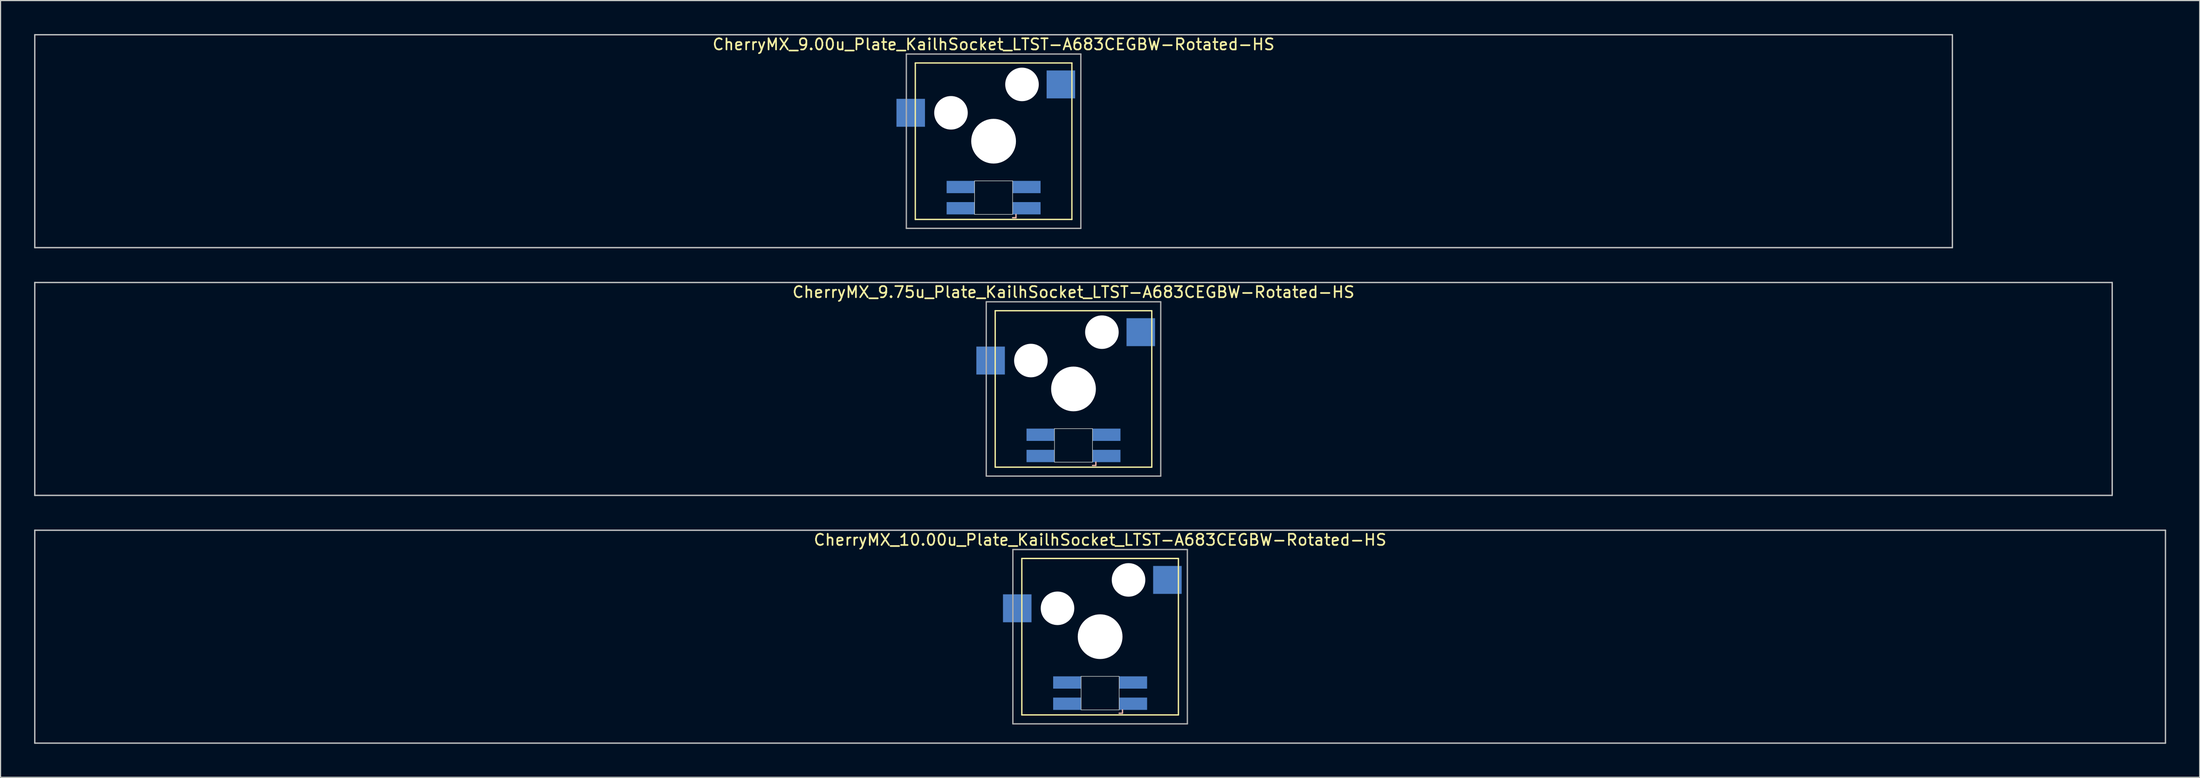
<source format=kicad_pcb>
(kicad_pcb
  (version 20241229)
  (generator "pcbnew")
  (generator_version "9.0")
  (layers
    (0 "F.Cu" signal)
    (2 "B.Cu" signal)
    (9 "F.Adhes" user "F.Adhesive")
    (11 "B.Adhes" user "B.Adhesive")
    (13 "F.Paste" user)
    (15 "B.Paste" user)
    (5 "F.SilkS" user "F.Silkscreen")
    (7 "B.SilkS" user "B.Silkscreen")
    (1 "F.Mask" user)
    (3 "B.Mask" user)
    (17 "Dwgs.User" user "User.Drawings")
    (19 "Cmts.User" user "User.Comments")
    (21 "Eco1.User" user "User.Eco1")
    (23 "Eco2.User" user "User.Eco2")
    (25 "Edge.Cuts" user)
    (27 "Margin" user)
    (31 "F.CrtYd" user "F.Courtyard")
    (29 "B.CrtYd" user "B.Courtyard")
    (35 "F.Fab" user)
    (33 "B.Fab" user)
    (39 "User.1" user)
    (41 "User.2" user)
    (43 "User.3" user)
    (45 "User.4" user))
  (footprint "CherryMX_9.00u_Plate_KailhSocket_LTST-A683CEGBW-Rotated-HS"
    (layer "F.Cu")
    (at 85.785 9.585)
    (property "Reference" "CherryMX_9.00u_Plate_KailhSocket_LTST-A683CEGBW-Rotated-HS" (at 0 -8.662 0) (layer "F.SilkS") (effects (font (size 1 1) (thickness 0.15))))
    (attr through_hole)
    (fp_line (start -7 -7) (end -7 7) (stroke (width 0.12) (type solid)) (layer "F.SilkS"))
    (fp_line (start -7 -7) (end 7 -7) (stroke (width 0.12) (type solid)) (layer "F.SilkS"))
    (fp_line (start 7 -7) (end 7 7) (stroke (width 0.12) (type solid)) (layer "F.SilkS"))
    (fp_line (start 7 7) (end -7 7) (stroke (width 0.12) (type solid)) (layer "F.SilkS"))
    (fp_line (start 1.7 6.85) (end 2 6.85) (stroke (width 0.12) (type solid)) (layer "B.SilkS"))
    (fp_line (start 2 6.85) (end 2 6.55) (stroke (width 0.12) (type solid)) (layer "B.SilkS"))
    (fp_line (start -85.725 -9.525) (end 85.725 -9.525) (stroke (width 0.12) (type solid)) (layer "Dwgs.User"))
    (fp_line (start -85.725 9.525) (end -85.725 -9.525) (stroke (width 0.12) (type solid)) (layer "Dwgs.User"))
    (fp_line (start 85.725 -9.525) (end 85.725 9.525) (stroke (width 0.12) (type solid)) (layer "Dwgs.User"))
    (fp_line (start 85.725 9.525) (end -85.725 9.525) (stroke (width 0.12) (type solid)) (layer "Dwgs.User"))
    (fp_line (start -1.7 3.55) (end 1.7 3.55) (stroke (width 0.05) (type solid)) (layer "Edge.Cuts"))
    (fp_line (start -1.7 6.55) (end -1.7 3.55) (stroke (width 0.05) (type solid)) (layer "Edge.Cuts"))
    (fp_line (start 1.7 3.55) (end 1.7 6.55) (stroke (width 0.05) (type solid)) (layer "Edge.Cuts"))
    (fp_line (start 1.7 6.55) (end -1.7 6.55) (stroke (width 0.05) (type solid)) (layer "Edge.Cuts"))
    (fp_line (start -7.8 -7.8) (end -7.8 7.8) (stroke (width 0.12) (type solid)) (layer "F.Fab"))
    (fp_line (start -7.8 -7.8) (end 7.8 -7.8) (stroke (width 0.12) (type solid)) (layer "F.Fab"))
    (fp_line (start -7.8 7.8) (end 7.8 7.8) (stroke (width 0.12) (type solid)) (layer "F.Fab"))
    (fp_line (start 7.8 -7.8) (end 7.8 7.8) (stroke (width 0.12) (type solid)) (layer "F.Fab"))
    (pad "" np_thru_hole circle (at -3.81 -2.54) (size 3 3) (drill 3) (layers "*.Cu" "*.Mask"))
    (pad "" np_thru_hole circle (at 0 0) (size 4 4) (drill 4) (layers "*.Cu" "*.Mask"))
    (pad "" np_thru_hole circle (at 2.54 -5.08) (size 3 3) (drill 3) (layers "*.Cu" "*.Mask"))
    (pad "1" smd rect (at -7.41 -2.54) (size 2.55 2.5) (layers "B.Cu" "B.Mask" "B.Paste"))
    (pad "2" smd rect (at 6.015 -5.08) (size 2.55 2.5) (layers "B.Cu" "B.Mask" "B.Paste"))
    (pad "3" smd rect (at 2.95 6) (size 2.5 1.1) (layers "B.Cu" "B.Mask" "B.Paste"))
    (pad "4" smd rect (at 2.95 4.1) (size 2.5 1.1) (layers "B.Cu" "B.Mask" "B.Paste"))
    (pad "5" smd rect (at -2.95 6) (size 2.5 1.1) (layers "B.Cu" "B.Mask" "B.Paste"))
    (pad "6" smd rect (at -2.95 4.1) (size 2.5 1.1) (layers "B.Cu" "B.Mask" "B.Paste")))
  (footprint "CherryMX_10.00u_Plate_KailhSocket_LTST-A683CEGBW-Rotated-HS"
    (layer "F.Cu")
    (at 95.31 53.925)
    (property "Reference" "CherryMX_10.00u_Plate_KailhSocket_LTST-A683CEGBW-Rotated-HS" (at 0 -8.662 0) (layer "F.SilkS") (effects (font (size 1 1) (thickness 0.15))))
    (attr through_hole)
    (fp_line (start -7 -7) (end -7 7) (stroke (width 0.12) (type solid)) (layer "F.SilkS"))
    (fp_line (start -7 -7) (end 7 -7) (stroke (width 0.12) (type solid)) (layer "F.SilkS"))
    (fp_line (start 7 -7) (end 7 7) (stroke (width 0.12) (type solid)) (layer "F.SilkS"))
    (fp_line (start 7 7) (end -7 7) (stroke (width 0.12) (type solid)) (layer "F.SilkS"))
    (fp_line (start 1.7 6.85) (end 2 6.85) (stroke (width 0.12) (type solid)) (layer "B.SilkS"))
    (fp_line (start 2 6.85) (end 2 6.55) (stroke (width 0.12) (type solid)) (layer "B.SilkS"))
    (fp_line (start -95.25 -9.525) (end 95.25 -9.525) (stroke (width 0.12) (type solid)) (layer "Dwgs.User"))
    (fp_line (start -95.25 9.525) (end -95.25 -9.525) (stroke (width 0.12) (type solid)) (layer "Dwgs.User"))
    (fp_line (start 95.25 -9.525) (end 95.25 9.525) (stroke (width 0.12) (type solid)) (layer "Dwgs.User"))
    (fp_line (start 95.25 9.525) (end -95.25 9.525) (stroke (width 0.12) (type solid)) (layer "Dwgs.User"))
    (fp_line (start -1.7 3.55) (end 1.7 3.55) (stroke (width 0.05) (type solid)) (layer "Edge.Cuts"))
    (fp_line (start -1.7 6.55) (end -1.7 3.55) (stroke (width 0.05) (type solid)) (layer "Edge.Cuts"))
    (fp_line (start 1.7 3.55) (end 1.7 6.55) (stroke (width 0.05) (type solid)) (layer "Edge.Cuts"))
    (fp_line (start 1.7 6.55) (end -1.7 6.55) (stroke (width 0.05) (type solid)) (layer "Edge.Cuts"))
    (fp_line (start -7.8 -7.8) (end -7.8 7.8) (stroke (width 0.12) (type solid)) (layer "F.Fab"))
    (fp_line (start -7.8 -7.8) (end 7.8 -7.8) (stroke (width 0.12) (type solid)) (layer "F.Fab"))
    (fp_line (start -7.8 7.8) (end 7.8 7.8) (stroke (width 0.12) (type solid)) (layer "F.Fab"))
    (fp_line (start 7.8 -7.8) (end 7.8 7.8) (stroke (width 0.12) (type solid)) (layer "F.Fab"))
    (pad "" np_thru_hole circle (at -3.81 -2.54) (size 3 3) (drill 3) (layers "*.Cu" "*.Mask"))
    (pad "" np_thru_hole circle (at 0 0) (size 4 4) (drill 4) (layers "*.Cu" "*.Mask"))
    (pad "" np_thru_hole circle (at 2.54 -5.08) (size 3 3) (drill 3) (layers "*.Cu" "*.Mask"))
    (pad "1" smd rect (at -7.41 -2.54) (size 2.55 2.5) (layers "B.Cu" "B.Mask" "B.Paste"))
    (pad "2" smd rect (at 6.015 -5.08) (size 2.55 2.5) (layers "B.Cu" "B.Mask" "B.Paste"))
    (pad "3" smd rect (at 2.95 6) (size 2.5 1.1) (layers "B.Cu" "B.Mask" "B.Paste"))
    (pad "4" smd rect (at 2.95 4.1) (size 2.5 1.1) (layers "B.Cu" "B.Mask" "B.Paste"))
    (pad "5" smd rect (at -2.95 6) (size 2.5 1.1) (layers "B.Cu" "B.Mask" "B.Paste"))
    (pad "6" smd rect (at -2.95 4.1) (size 2.5 1.1) (layers "B.Cu" "B.Mask" "B.Paste")))
  (footprint "CherryMX_9.75u_Plate_KailhSocket_LTST-A683CEGBW-Rotated-HS"
    (layer "F.Cu")
    (at 92.929 31.755)
    (property "Reference" "CherryMX_9.75u_Plate_KailhSocket_LTST-A683CEGBW-Rotated-HS" (at 0 -8.662 0) (layer "F.SilkS") (effects (font (size 1 1) (thickness 0.15))))
    (attr through_hole)
    (fp_line (start -7 -7) (end -7 7) (stroke (width 0.12) (type solid)) (layer "F.SilkS"))
    (fp_line (start -7 -7) (end 7 -7) (stroke (width 0.12) (type solid)) (layer "F.SilkS"))
    (fp_line (start 7 -7) (end 7 7) (stroke (width 0.12) (type solid)) (layer "F.SilkS"))
    (fp_line (start 7 7) (end -7 7) (stroke (width 0.12) (type solid)) (layer "F.SilkS"))
    (fp_line (start 1.7 6.85) (end 2 6.85) (stroke (width 0.12) (type solid)) (layer "B.SilkS"))
    (fp_line (start 2 6.85) (end 2 6.55) (stroke (width 0.12) (type solid)) (layer "B.SilkS"))
    (fp_line (start -92.869 -9.525) (end 92.869 -9.525) (stroke (width 0.12) (type solid)) (layer "Dwgs.User"))
    (fp_line (start -92.869 9.525) (end -92.869 -9.525) (stroke (width 0.12) (type solid)) (layer "Dwgs.User"))
    (fp_line (start 92.869 -9.525) (end 92.869 9.525) (stroke (width 0.12) (type solid)) (layer "Dwgs.User"))
    (fp_line (start 92.869 9.525) (end -92.869 9.525) (stroke (width 0.12) (type solid)) (layer "Dwgs.User"))
    (fp_line (start -1.7 3.55) (end 1.7 3.55) (stroke (width 0.05) (type solid)) (layer "Edge.Cuts"))
    (fp_line (start -1.7 6.55) (end -1.7 3.55) (stroke (width 0.05) (type solid)) (layer "Edge.Cuts"))
    (fp_line (start 1.7 3.55) (end 1.7 6.55) (stroke (width 0.05) (type solid)) (layer "Edge.Cuts"))
    (fp_line (start 1.7 6.55) (end -1.7 6.55) (stroke (width 0.05) (type solid)) (layer "Edge.Cuts"))
    (fp_line (start -7.8 -7.8) (end -7.8 7.8) (stroke (width 0.12) (type solid)) (layer "F.Fab"))
    (fp_line (start -7.8 -7.8) (end 7.8 -7.8) (stroke (width 0.12) (type solid)) (layer "F.Fab"))
    (fp_line (start -7.8 7.8) (end 7.8 7.8) (stroke (width 0.12) (type solid)) (layer "F.Fab"))
    (fp_line (start 7.8 -7.8) (end 7.8 7.8) (stroke (width 0.12) (type solid)) (layer "F.Fab"))
    (pad "" np_thru_hole circle (at -3.81 -2.54) (size 3 3) (drill 3) (layers "*.Cu" "*.Mask"))
    (pad "" np_thru_hole circle (at 0 0) (size 4 4) (drill 4) (layers "*.Cu" "*.Mask"))
    (pad "" np_thru_hole circle (at 2.54 -5.08) (size 3 3) (drill 3) (layers "*.Cu" "*.Mask"))
    (pad "1" smd rect (at -7.41 -2.54) (size 2.55 2.5) (layers "B.Cu" "B.Mask" "B.Paste"))
    (pad "2" smd rect (at 6.015 -5.08) (size 2.55 2.5) (layers "B.Cu" "B.Mask" "B.Paste"))
    (pad "3" smd rect (at 2.95 6) (size 2.5 1.1) (layers "B.Cu" "B.Mask" "B.Paste"))
    (pad "4" smd rect (at 2.95 4.1) (size 2.5 1.1) (layers "B.Cu" "B.Mask" "B.Paste"))
    (pad "5" smd rect (at -2.95 6) (size 2.5 1.1) (layers "B.Cu" "B.Mask" "B.Paste"))
    (pad "6" smd rect (at -2.95 4.1) (size 2.5 1.1) (layers "B.Cu" "B.Mask" "B.Paste")))
  (gr_rect
    (start -3 -3)
    (end 193.62 66.51)
    (stroke (width 0.1) (type default))
    (fill no)
    (layer "Edge.Cuts")))
</source>
